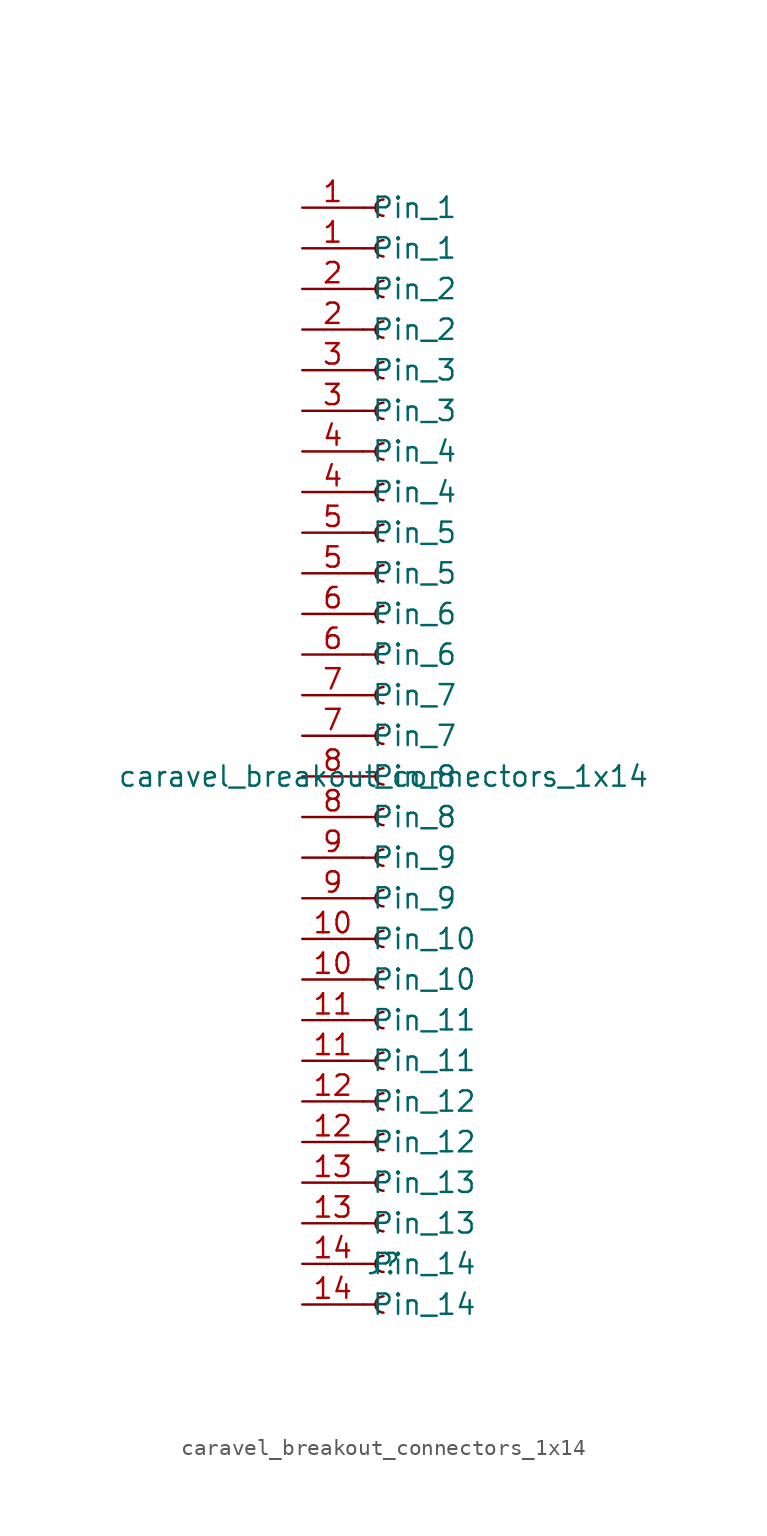
<source format=kicad_sym>
(kicad_symbol_lib
  (version 20220914)
  (generator kicad_symbol_editor)
  (symbol "caravel_breakout_connectors_1x14"
    (property "Reference" "J"
      (at 0 -30.48 0)
      (effects (font (size 1.27 1.27))))
    (property "Value" "caravel_breakout_connectors_1x14"
      (at 0 0 0)
      (effects (font (size 1.27 1.27))))
    (symbol "caravel_breakout_connectors_1x14_1_1"
      (arc (start 0 -32.512) (mid -0.5058 -33.02) (end 0 -33.528) (stroke (width 0.1524) (type default)) (fill (type none)))
      (arc (start 0 -29.972) (mid -0.5058 -30.48) (end 0 -30.988) (stroke (width 0.1524) (type default)) (fill (type none)))
      (arc (start 0 -27.432) (mid -0.5058 -27.94) (end 0 -28.448) (stroke (width 0.1524) (type default)) (fill (type none)))
      (arc (start 0 -24.892) (mid -0.5058 -25.4) (end 0 -25.908) (stroke (width 0.1524) (type default)) (fill (type none)))
      (arc (start 0 -22.352) (mid -0.5058 -22.86) (end 0 -23.368) (stroke (width 0.1524) (type default)) (fill (type none)))
      (arc (start 0 -19.812) (mid -0.5058 -20.32) (end 0 -20.828) (stroke (width 0.1524) (type default)) (fill (type none)))
      (arc (start 0 -17.272) (mid -0.5058 -17.78) (end 0 -18.288) (stroke (width 0.1524) (type default)) (fill (type none)))
      (arc (start 0 -14.732) (mid -0.5058 -15.24) (end 0 -15.748) (stroke (width 0.1524) (type default)) (fill (type none)))
      (arc (start 0 -12.192) (mid -0.5058 -12.7) (end 0 -13.208) (stroke (width 0.1524) (type default)) (fill (type none)))
      (arc (start 0 -9.652) (mid -0.5058 -10.16) (end 0 -10.668) (stroke (width 0.1524) (type default)) (fill (type none)))
      (arc (start 0 -7.112) (mid -0.5058 -7.62) (end 0 -8.128) (stroke (width 0.1524) (type default)) (fill (type none)))
      (arc (start 0 -4.572) (mid -0.5058 -5.08) (end 0 -5.588) (stroke (width 0.1524) (type default)) (fill (type none)))
      (arc (start 0 -2.032) (mid -0.5058 -2.54) (end 0 -3.048) (stroke (width 0.1524) (type default)) (fill (type none)))
      (polyline (pts (xy -1.27 -33.02) (xy -0.508 -33.02)) (stroke (width 0.152) (type default)) (fill (type none)))
      (polyline (pts (xy -1.27 -30.48) (xy -0.508 -30.48)) (stroke (width 0.152) (type default)) (fill (type none)))
      (polyline (pts (xy -1.27 -27.94) (xy -0.508 -27.94)) (stroke (width 0.152) (type default)) (fill (type none)))
      (polyline (pts (xy -1.27 -25.4) (xy -0.508 -25.4)) (stroke (width 0.152) (type default)) (fill (type none)))
      (polyline (pts (xy -1.27 -22.86) (xy -0.508 -22.86)) (stroke (width 0.152) (type default)) (fill (type none)))
      (polyline (pts (xy -1.27 -20.32) (xy -0.508 -20.32)) (stroke (width 0.152) (type default)) (fill (type none)))
      (polyline (pts (xy -1.27 -17.78) (xy -0.508 -17.78)) (stroke (width 0.152) (type default)) (fill (type none)))
      (polyline (pts (xy -1.27 -15.24) (xy -0.508 -15.24)) (stroke (width 0.152) (type default)) (fill (type none)))
      (polyline (pts (xy -1.27 -12.7) (xy -0.508 -12.7)) (stroke (width 0.152) (type default)) (fill (type none)))
      (polyline (pts (xy -1.27 -10.16) (xy -0.508 -10.16)) (stroke (width 0.152) (type default)) (fill (type none)))
      (polyline (pts (xy -1.27 -7.62) (xy -0.508 -7.62)) (stroke (width 0.152) (type default)) (fill (type none)))
      (polyline (pts (xy -1.27 -5.08) (xy -0.508 -5.08)) (stroke (width 0.152) (type default)) (fill (type none)))
      (polyline (pts (xy -1.27 -2.54) (xy -0.508 -2.54)) (stroke (width 0.152) (type default)) (fill (type none)))
      (polyline (pts (xy -1.27 0) (xy -0.508 0)) (stroke (width 0.152) (type default)) (fill (type none)))
      (polyline (pts (xy -1.27 2.54) (xy -0.508 2.54)) (stroke (width 0.152) (type default)) (fill (type none)))
      (polyline (pts (xy -1.27 5.08) (xy -0.508 5.08)) (stroke (width 0.152) (type default)) (fill (type none)))
      (polyline (pts (xy -1.27 7.62) (xy -0.508 7.62)) (stroke (width 0.152) (type default)) (fill (type none)))
      (polyline (pts (xy -1.27 10.16) (xy -0.508 10.16)) (stroke (width 0.152) (type default)) (fill (type none)))
      (polyline (pts (xy -1.27 12.7) (xy -0.508 12.7)) (stroke (width 0.152) (type default)) (fill (type none)))
      (polyline (pts (xy -1.27 15.24) (xy -0.508 15.24)) (stroke (width 0.152) (type default)) (fill (type none)))
      (polyline (pts (xy -1.27 17.78) (xy -0.508 17.78)) (stroke (width 0.152) (type default)) (fill (type none)))
      (polyline (pts (xy -1.27 20.32) (xy -0.508 20.32)) (stroke (width 0.152) (type default)) (fill (type none)))
      (polyline (pts (xy -1.27 22.86) (xy -0.508 22.86)) (stroke (width 0.152) (type default)) (fill (type none)))
      (polyline (pts (xy -1.27 25.4) (xy -0.508 25.4)) (stroke (width 0.152) (type default)) (fill (type none)))
      (polyline (pts (xy -1.27 27.94) (xy -0.508 27.94)) (stroke (width 0.152) (type default)) (fill (type none)))
      (polyline (pts (xy -1.27 30.48) (xy -0.508 30.48)) (stroke (width 0.152) (type default)) (fill (type none)))
      (polyline (pts (xy -1.27 33.02) (xy -0.508 33.02)) (stroke (width 0.152) (type default)) (fill (type none)))
      (polyline (pts (xy -1.27 35.56) (xy -0.508 35.56)) (stroke (width 0.152) (type default)) (fill (type none)))
      (arc (start 0 0.508) (mid -0.5058 0) (end 0 -0.508) (stroke (width 0.1524) (type default)) (fill (type none)))
      (arc (start 0 3.048) (mid -0.5058 2.54) (end 0 2.032) (stroke (width 0.1524) (type default)) (fill (type none)))
      (arc (start 0 5.588) (mid -0.5058 5.08) (end 0 4.572) (stroke (width 0.1524) (type default)) (fill (type none)))
      (arc (start 0 8.128) (mid -0.5058 7.62) (end 0 7.112) (stroke (width 0.1524) (type default)) (fill (type none)))
      (arc (start 0 10.668) (mid -0.5058 10.16) (end 0 9.652) (stroke (width 0.1524) (type default)) (fill (type none)))
      (arc (start 0 13.208) (mid -0.5058 12.7) (end 0 12.192) (stroke (width 0.1524) (type default)) (fill (type none)))
      (arc (start 0 15.748) (mid -0.5058 15.24) (end 0 14.732) (stroke (width 0.1524) (type default)) (fill (type none)))
      (arc (start 0 18.288) (mid -0.5058 17.78) (end 0 17.272) (stroke (width 0.1524) (type default)) (fill (type none)))
      (arc (start 0 20.828) (mid -0.5058 20.32) (end 0 19.812) (stroke (width 0.1524) (type default)) (fill (type none)))
      (arc (start 0 23.368) (mid -0.5058 22.86) (end 0 22.352) (stroke (width 0.1524) (type default)) (fill (type none)))
      (arc (start 0 25.908) (mid -0.5058 25.4) (end 0 24.892) (stroke (width 0.1524) (type default)) (fill (type none)))
      (arc (start 0 28.448) (mid -0.5058 27.94) (end 0 27.432) (stroke (width 0.1524) (type default)) (fill (type none)))
      (arc (start 0 30.988) (mid -0.5058 30.48) (end 0 29.972) (stroke (width 0.1524) (type default)) (fill (type none)))
      (arc (start 0 33.528) (mid -0.5058 33.02) (end 0 32.512) (stroke (width 0.1524) (type default)) (fill (type none)))
      (arc (start 0 36.068) (mid -0.5058 35.56) (end 0 35.052) (stroke (width 0.1524) (type default)) (fill (type none)))
      (pin passive line (at -5.08 33.02 0) (length 3.81) (name "Pin_1" (effects (font (size 1.27 1.27)))) (number "1" (effects (font (size 1.27 1.27)))))
      (pin passive line (at -5.08 35.56 0) (length 3.81) (name "Pin_1" (effects (font (size 1.27 1.27)))) (number "1" (effects (font (size 1.27 1.27)))))
      (pin passive line (at -5.08 -12.7 0) (length 3.81) (name "Pin_10" (effects (font (size 1.27 1.27)))) (number "10" (effects (font (size 1.27 1.27)))))
      (pin passive line (at -5.08 -10.16 0) (length 3.81) (name "Pin_10" (effects (font (size 1.27 1.27)))) (number "10" (effects (font (size 1.27 1.27)))))
      (pin passive line (at -5.08 -17.78 0) (length 3.81) (name "Pin_11" (effects (font (size 1.27 1.27)))) (number "11" (effects (font (size 1.27 1.27)))))
      (pin passive line (at -5.08 -15.24 0) (length 3.81) (name "Pin_11" (effects (font (size 1.27 1.27)))) (number "11" (effects (font (size 1.27 1.27)))))
      (pin passive line (at -5.08 -22.86 0) (length 3.81) (name "Pin_12" (effects (font (size 1.27 1.27)))) (number "12" (effects (font (size 1.27 1.27)))))
      (pin passive line (at -5.08 -20.32 0) (length 3.81) (name "Pin_12" (effects (font (size 1.27 1.27)))) (number "12" (effects (font (size 1.27 1.27)))))
      (pin passive line (at -5.08 -27.94 0) (length 3.81) (name "Pin_13" (effects (font (size 1.27 1.27)))) (number "13" (effects (font (size 1.27 1.27)))))
      (pin passive line (at -5.08 -25.4 0) (length 3.81) (name "Pin_13" (effects (font (size 1.27 1.27)))) (number "13" (effects (font (size 1.27 1.27)))))
      (pin passive line (at -5.08 -33.02 0) (length 3.81) (name "Pin_14" (effects (font (size 1.27 1.27)))) (number "14" (effects (font (size 1.27 1.27)))))
      (pin passive line (at -5.08 -30.48 0) (length 3.81) (name "Pin_14" (effects (font (size 1.27 1.27)))) (number "14" (effects (font (size 1.27 1.27)))))
      (pin passive line (at -5.08 27.94 0) (length 3.81) (name "Pin_2" (effects (font (size 1.27 1.27)))) (number "2" (effects (font (size 1.27 1.27)))))
      (pin passive line (at -5.08 30.48 0) (length 3.81) (name "Pin_2" (effects (font (size 1.27 1.27)))) (number "2" (effects (font (size 1.27 1.27)))))
      (pin passive line (at -5.08 22.86 0) (length 3.81) (name "Pin_3" (effects (font (size 1.27 1.27)))) (number "3" (effects (font (size 1.27 1.27)))))
      (pin passive line (at -5.08 25.4 0) (length 3.81) (name "Pin_3" (effects (font (size 1.27 1.27)))) (number "3" (effects (font (size 1.27 1.27)))))
      (pin passive line (at -5.08 17.78 0) (length 3.81) (name "Pin_4" (effects (font (size 1.27 1.27)))) (number "4" (effects (font (size 1.27 1.27)))))
      (pin passive line (at -5.08 20.32 0) (length 3.81) (name "Pin_4" (effects (font (size 1.27 1.27)))) (number "4" (effects (font (size 1.27 1.27)))))
      (pin passive line (at -5.08 12.7 0) (length 3.81) (name "Pin_5" (effects (font (size 1.27 1.27)))) (number "5" (effects (font (size 1.27 1.27)))))
      (pin passive line (at -5.08 15.24 0) (length 3.81) (name "Pin_5" (effects (font (size 1.27 1.27)))) (number "5" (effects (font (size 1.27 1.27)))))
      (pin passive line (at -5.08 7.62 0) (length 3.81) (name "Pin_6" (effects (font (size 1.27 1.27)))) (number "6" (effects (font (size 1.27 1.27)))))
      (pin passive line (at -5.08 10.16 0) (length 3.81) (name "Pin_6" (effects (font (size 1.27 1.27)))) (number "6" (effects (font (size 1.27 1.27)))))
      (pin passive line (at -5.08 2.54 0) (length 3.81) (name "Pin_7" (effects (font (size 1.27 1.27)))) (number "7" (effects (font (size 1.27 1.27)))))
      (pin passive line (at -5.08 5.08 0) (length 3.81) (name "Pin_7" (effects (font (size 1.27 1.27)))) (number "7" (effects (font (size 1.27 1.27)))))
      (pin passive line (at -5.08 -2.54 0) (length 3.81) (name "Pin_8" (effects (font (size 1.27 1.27)))) (number "8" (effects (font (size 1.27 1.27)))))
      (pin passive line (at -5.08 0 0) (length 3.81) (name "Pin_8" (effects (font (size 1.27 1.27)))) (number "8" (effects (font (size 1.27 1.27)))))
      (pin passive line (at -5.08 -7.62 0) (length 3.81) (name "Pin_9" (effects (font (size 1.27 1.27)))) (number "9" (effects (font (size 1.27 1.27)))))
      (pin passive line (at -5.08 -5.08 0) (length 3.81) (name "Pin_9" (effects (font (size 1.27 1.27)))) (number "9" (effects (font (size 1.27 1.27))))))))
</source>
